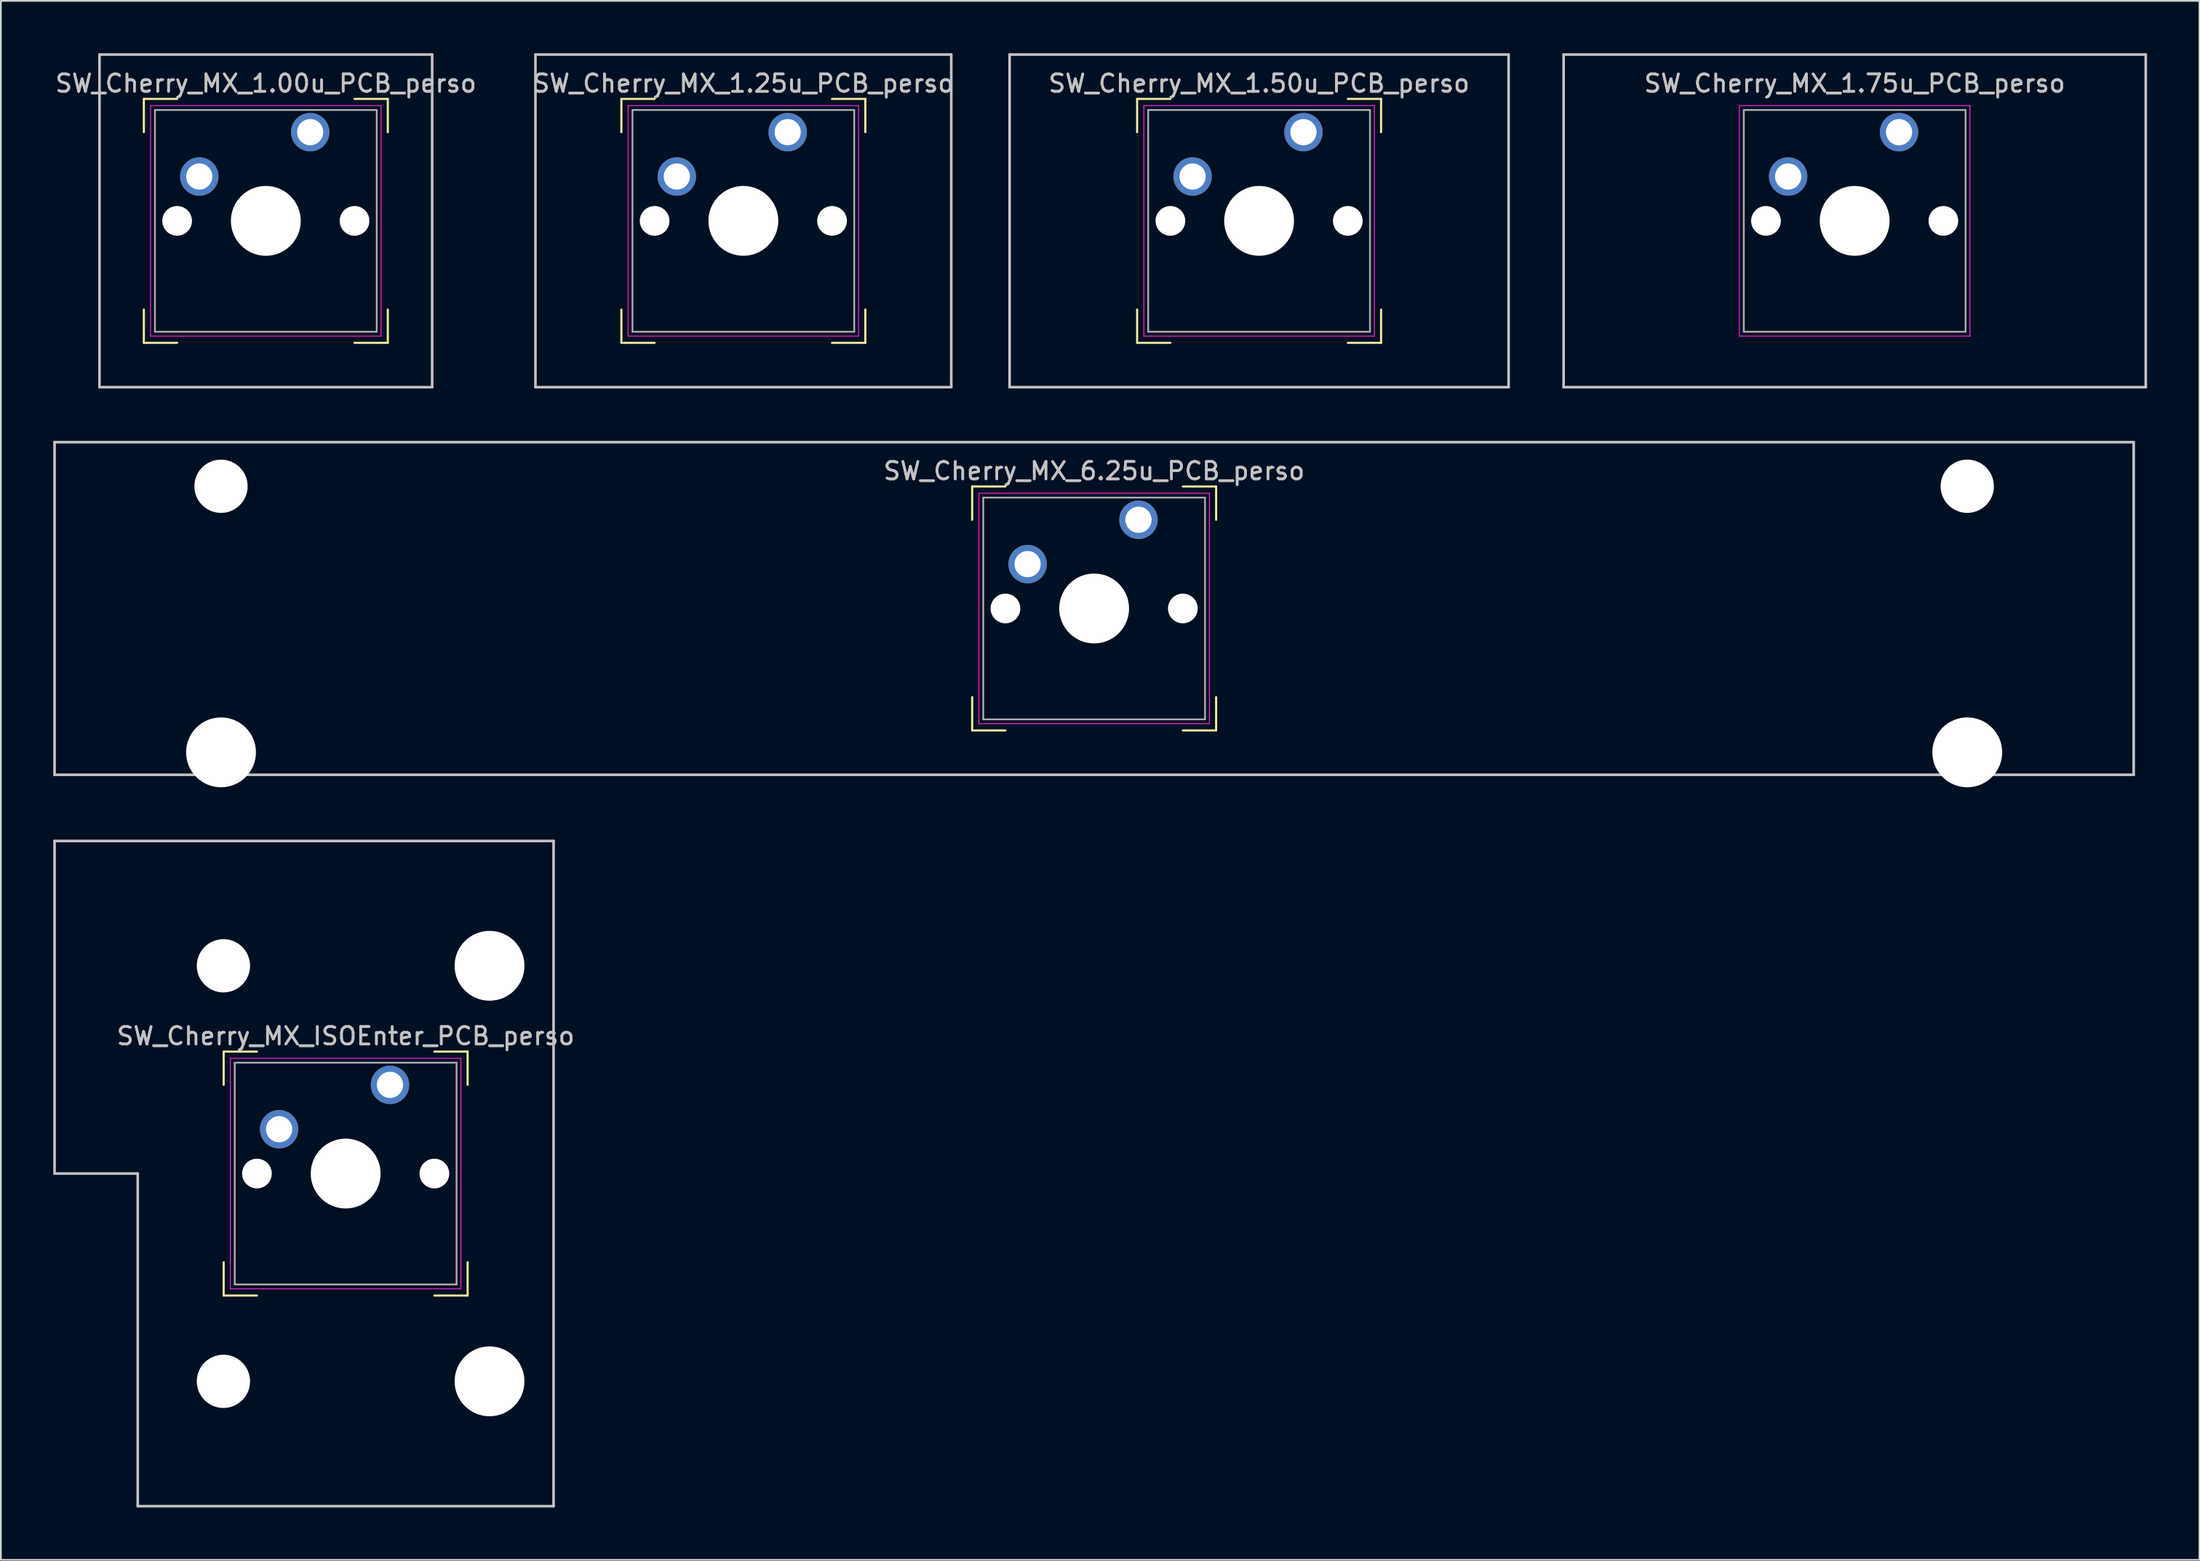
<source format=kicad_pcb>
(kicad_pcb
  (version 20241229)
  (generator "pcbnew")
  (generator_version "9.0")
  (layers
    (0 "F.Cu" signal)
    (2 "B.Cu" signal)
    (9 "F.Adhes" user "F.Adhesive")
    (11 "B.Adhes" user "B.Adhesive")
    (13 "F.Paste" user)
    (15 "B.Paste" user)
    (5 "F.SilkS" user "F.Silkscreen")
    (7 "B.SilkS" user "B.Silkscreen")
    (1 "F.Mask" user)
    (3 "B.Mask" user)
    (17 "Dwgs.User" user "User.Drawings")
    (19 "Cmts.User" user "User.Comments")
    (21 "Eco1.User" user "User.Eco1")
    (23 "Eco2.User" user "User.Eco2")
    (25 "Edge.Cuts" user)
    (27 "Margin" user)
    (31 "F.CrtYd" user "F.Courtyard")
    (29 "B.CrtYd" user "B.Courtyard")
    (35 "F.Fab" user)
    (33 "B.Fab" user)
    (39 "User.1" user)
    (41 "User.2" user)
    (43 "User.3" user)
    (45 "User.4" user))
  (footprint "SW_Cherry_MX_1.50u_PCB_perso"
    (layer "F.Cu")
    (at 71.593 4.52)
    (property "Reference" "SW_Cherry_MX_1.50u_PCB_perso" (at -2.54 -2.794 0) (layer "Dwgs.User") (effects (font (size 1 1) (thickness 0.15))))
    (attr through_hole)
    (fp_line (start -9.525 -1.905) (end -9.525 0) (stroke (width 0.12) (type solid)) (layer "F.SilkS"))
    (fp_line (start -9.525 12.065) (end -9.525 10.16) (stroke (width 0.12) (type solid)) (layer "F.SilkS"))
    (fp_line (start -7.62 -1.905) (end -9.525 -1.905) (stroke (width 0.12) (type solid)) (layer "F.SilkS"))
    (fp_line (start -7.62 12.065) (end -9.525 12.065) (stroke (width 0.12) (type solid)) (layer "F.SilkS"))
    (fp_line (start 2.54 -1.905) (end 4.445 -1.905) (stroke (width 0.12) (type solid)) (layer "F.SilkS"))
    (fp_line (start 2.54 12.065) (end 4.445 12.065) (stroke (width 0.12) (type solid)) (layer "F.SilkS"))
    (fp_line (start 4.445 -1.905) (end 4.445 0) (stroke (width 0.12) (type solid)) (layer "F.SilkS"))
    (fp_line (start 4.445 12.065) (end 4.445 10.16) (stroke (width 0.12) (type solid)) (layer "F.SilkS"))
    (fp_line (start -16.828 -4.445) (end 11.748 -4.445) (stroke (width 0.15) (type solid)) (layer "Dwgs.User"))
    (fp_line (start -16.828 14.605) (end -16.828 -4.445) (stroke (width 0.15) (type solid)) (layer "Dwgs.User"))
    (fp_line (start 11.748 -4.445) (end 11.748 14.605) (stroke (width 0.15) (type solid)) (layer "Dwgs.User"))
    (fp_line (start 11.748 14.605) (end -16.828 14.605) (stroke (width 0.15) (type solid)) (layer "Dwgs.User"))
    (fp_line (start -9.14 -1.52) (end 4.06 -1.52) (stroke (width 0.05) (type solid)) (layer "F.CrtYd"))
    (fp_line (start -9.14 11.68) (end -9.14 -1.52) (stroke (width 0.05) (type solid)) (layer "F.CrtYd"))
    (fp_line (start 4.06 -1.52) (end 4.06 11.68) (stroke (width 0.05) (type solid)) (layer "F.CrtYd"))
    (fp_line (start 4.06 11.68) (end -9.14 11.68) (stroke (width 0.05) (type solid)) (layer "F.CrtYd"))
    (fp_line (start -8.89 -1.27) (end 3.81 -1.27) (stroke (width 0.1) (type solid)) (layer "F.Fab"))
    (fp_line (start -8.89 11.43) (end -8.89 -1.27) (stroke (width 0.1) (type solid)) (layer "F.Fab"))
    (fp_line (start 3.81 -1.27) (end 3.81 11.43) (stroke (width 0.1) (type solid)) (layer "F.Fab"))
    (fp_line (start 3.81 11.43) (end -8.89 11.43) (stroke (width 0.1) (type solid)) (layer "F.Fab"))
    (fp_text user "${REFERENCE}" (at -2.54 -2.794 0) (layer "F.Fab") (effects (font (size 1 1) (thickness 0.15))))
    (pad "" np_thru_hole circle (at -7.62 5.08) (size 1.7 1.7) (drill 1.7) (layers "*.Cu" "*.Mask"))
    (pad "" np_thru_hole circle (at -2.54 5.08) (size 4 4) (drill 4) (layers "*.Cu" "*.Mask"))
    (pad "" np_thru_hole circle (at 2.54 5.08) (size 1.7 1.7) (drill 1.7) (layers "*.Cu" "*.Mask"))
    (pad "1" thru_hole circle (at 0 0) (size 2.2 2.2) (drill 1.5) (layers "*.Cu" "*.Mask"))
    (pad "2" thru_hole circle (at -6.35 2.54) (size 2.2 2.2) (drill 1.5) (layers "*.Cu" "*.Mask")))
  (footprint "SW_Cherry_MX_1.00u_PCB_perso"
    (layer "F.Cu")
    (at 14.713 4.52)
    (property "Reference" "SW_Cherry_MX_1.00u_PCB_perso" (at -2.54 -2.794 0) (layer "Dwgs.User") (effects (font (size 1 1) (thickness 0.15))))
    (attr through_hole)
    (fp_line (start -9.525 -1.905) (end -9.525 0) (stroke (width 0.12) (type solid)) (layer "F.SilkS"))
    (fp_line (start -9.525 12.065) (end -9.525 10.16) (stroke (width 0.12) (type solid)) (layer "F.SilkS"))
    (fp_line (start -7.62 -1.905) (end -9.525 -1.905) (stroke (width 0.12) (type solid)) (layer "F.SilkS"))
    (fp_line (start -7.62 12.065) (end -9.525 12.065) (stroke (width 0.12) (type solid)) (layer "F.SilkS"))
    (fp_line (start 2.54 -1.905) (end 4.445 -1.905) (stroke (width 0.12) (type solid)) (layer "F.SilkS"))
    (fp_line (start 2.54 12.065) (end 4.445 12.065) (stroke (width 0.12) (type solid)) (layer "F.SilkS"))
    (fp_line (start 4.445 -1.905) (end 4.445 0) (stroke (width 0.12) (type solid)) (layer "F.SilkS"))
    (fp_line (start 4.445 12.065) (end 4.445 10.16) (stroke (width 0.12) (type solid)) (layer "F.SilkS"))
    (fp_line (start -12.065 -4.445) (end 6.985 -4.445) (stroke (width 0.15) (type solid)) (layer "Dwgs.User"))
    (fp_line (start -12.065 14.605) (end -12.065 -4.445) (stroke (width 0.15) (type solid)) (layer "Dwgs.User"))
    (fp_line (start 6.985 -4.445) (end 6.985 14.605) (stroke (width 0.15) (type solid)) (layer "Dwgs.User"))
    (fp_line (start 6.985 14.605) (end -12.065 14.605) (stroke (width 0.15) (type solid)) (layer "Dwgs.User"))
    (fp_line (start -9.14 -1.52) (end 4.06 -1.52) (stroke (width 0.05) (type solid)) (layer "F.CrtYd"))
    (fp_line (start -9.14 11.68) (end -9.14 -1.52) (stroke (width 0.05) (type solid)) (layer "F.CrtYd"))
    (fp_line (start 4.06 -1.52) (end 4.06 11.68) (stroke (width 0.05) (type solid)) (layer "F.CrtYd"))
    (fp_line (start 4.06 11.68) (end -9.14 11.68) (stroke (width 0.05) (type solid)) (layer "F.CrtYd"))
    (fp_line (start -8.89 -1.27) (end 3.81 -1.27) (stroke (width 0.1) (type solid)) (layer "F.Fab"))
    (fp_line (start -8.89 11.43) (end -8.89 -1.27) (stroke (width 0.1) (type solid)) (layer "F.Fab"))
    (fp_line (start 3.81 -1.27) (end 3.81 11.43) (stroke (width 0.1) (type solid)) (layer "F.Fab"))
    (fp_line (start 3.81 11.43) (end -8.89 11.43) (stroke (width 0.1) (type solid)) (layer "F.Fab"))
    (fp_text user "${REFERENCE}" (at -2.54 -2.794 0) (layer "F.Fab") (effects (font (size 1 1) (thickness 0.15))))
    (pad "" np_thru_hole circle (at -7.62 5.08) (size 1.7 1.7) (drill 1.7) (layers "*.Cu" "*.Mask"))
    (pad "" np_thru_hole circle (at -2.54 5.08) (size 4 4) (drill 4) (layers "*.Cu" "*.Mask"))
    (pad "" np_thru_hole circle (at 2.54 5.08) (size 1.7 1.7) (drill 1.7) (layers "*.Cu" "*.Mask"))
    (pad "1" thru_hole circle (at 0 0) (size 2.2 2.2) (drill 1.5) (layers "*.Cu" "*.Mask"))
    (pad "2" thru_hole circle (at -6.35 2.54) (size 2.2 2.2) (drill 1.5) (layers "*.Cu" "*.Mask")))
  (footprint "SW_Cherry_MX_1.75u_PCB_perso"
    (layer "F.Cu")
    (at 105.699 4.52)
    (property "Reference" "SW_Cherry_MX_1.75u_PCB_perso" (at -2.54 -2.794 0) (layer "Dwgs.User") (effects (font (size 1 1) (thickness 0.15))))
    (attr through_hole)
    (fp_line (start -19.209 -4.445) (end 14.129 -4.445) (stroke (width 0.15) (type solid)) (layer "Dwgs.User"))
    (fp_line (start -19.209 14.605) (end -19.209 -4.445) (stroke (width 0.15) (type solid)) (layer "Dwgs.User"))
    (fp_line (start 14.129 -4.445) (end 14.129 14.605) (stroke (width 0.15) (type solid)) (layer "Dwgs.User"))
    (fp_line (start 14.129 14.605) (end -19.209 14.605) (stroke (width 0.15) (type solid)) (layer "Dwgs.User"))
    (fp_line (start -9.14 -1.52) (end 4.06 -1.52) (stroke (width 0.05) (type solid)) (layer "F.CrtYd"))
    (fp_line (start -9.14 11.68) (end -9.14 -1.52) (stroke (width 0.05) (type solid)) (layer "F.CrtYd"))
    (fp_line (start 4.06 -1.52) (end 4.06 11.68) (stroke (width 0.05) (type solid)) (layer "F.CrtYd"))
    (fp_line (start 4.06 11.68) (end -9.14 11.68) (stroke (width 0.05) (type solid)) (layer "F.CrtYd"))
    (fp_line (start -8.89 -1.27) (end 3.81 -1.27) (stroke (width 0.1) (type solid)) (layer "F.Fab"))
    (fp_line (start -8.89 11.43) (end -8.89 -1.27) (stroke (width 0.1) (type solid)) (layer "F.Fab"))
    (fp_line (start 3.81 -1.27) (end 3.81 11.43) (stroke (width 0.1) (type solid)) (layer "F.Fab"))
    (fp_line (start 3.81 11.43) (end -8.89 11.43) (stroke (width 0.1) (type solid)) (layer "F.Fab"))
    (fp_text user "${REFERENCE}" (at -2.54 -2.794 0) (layer "F.Fab") (effects (font (size 1 1) (thickness 0.15))))
    (pad "" np_thru_hole circle (at -7.62 5.08) (size 1.7 1.7) (drill 1.7) (layers "*.Cu" "*.Mask"))
    (pad "" np_thru_hole circle (at -2.54 5.08) (size 4 4) (drill 4) (layers "*.Cu" "*.Mask"))
    (pad "" np_thru_hole circle (at 2.54 5.08) (size 1.7 1.7) (drill 1.7) (layers "*.Cu" "*.Mask"))
    (pad "1" thru_hole circle (at 0 0) (size 2.2 2.2) (drill 1.5) (layers "*.Cu" "*.Mask"))
    (pad "2" thru_hole circle (at -6.35 2.54) (size 2.2 2.2) (drill 1.5) (layers "*.Cu" "*.Mask")))
  (footprint "SW_Cherry_MX_ISOEnter_PCB_perso"
    (layer "F.Cu")
    (at 19.284 59.085)
    (property "Reference" "SW_Cherry_MX_ISOEnter_PCB_perso" (at -2.54 -2.794 0) (layer "Dwgs.User") (effects (font (size 1 1) (thickness 0.15))))
    (attr through_hole)
    (fp_line (start -9.525 -1.905) (end -9.525 0) (stroke (width 0.12) (type solid)) (layer "F.SilkS"))
    (fp_line (start -9.525 12.065) (end -9.525 10.16) (stroke (width 0.12) (type solid)) (layer "F.SilkS"))
    (fp_line (start -7.62 -1.905) (end -9.525 -1.905) (stroke (width 0.12) (type solid)) (layer "F.SilkS"))
    (fp_line (start -7.62 12.065) (end -9.525 12.065) (stroke (width 0.12) (type solid)) (layer "F.SilkS"))
    (fp_line (start 2.54 -1.905) (end 4.445 -1.905) (stroke (width 0.12) (type solid)) (layer "F.SilkS"))
    (fp_line (start 2.54 12.065) (end 4.445 12.065) (stroke (width 0.12) (type solid)) (layer "F.SilkS"))
    (fp_line (start 4.445 -1.905) (end 4.445 0) (stroke (width 0.12) (type solid)) (layer "F.SilkS"))
    (fp_line (start 4.445 12.065) (end 4.445 10.16) (stroke (width 0.12) (type solid)) (layer "F.SilkS"))
    (fp_line (start -19.209 -13.97) (end 9.366 -13.97) (stroke (width 0.15) (type solid)) (layer "Dwgs.User"))
    (fp_line (start -19.209 5.08) (end -19.209 -13.97) (stroke (width 0.15) (type solid)) (layer "Dwgs.User"))
    (fp_line (start -14.446 5.08) (end -19.209 5.08) (stroke (width 0.15) (type solid)) (layer "Dwgs.User"))
    (fp_line (start -14.446 24.13) (end -14.446 5.08) (stroke (width 0.15) (type solid)) (layer "Dwgs.User"))
    (fp_line (start 9.366 -13.97) (end 9.366 24.13) (stroke (width 0.15) (type solid)) (layer "Dwgs.User"))
    (fp_line (start 9.366 24.13) (end -14.446 24.13) (stroke (width 0.15) (type solid)) (layer "Dwgs.User"))
    (fp_line (start -9.14 -1.52) (end 4.06 -1.52) (stroke (width 0.05) (type solid)) (layer "F.CrtYd"))
    (fp_line (start -9.14 11.68) (end -9.14 -1.52) (stroke (width 0.05) (type solid)) (layer "F.CrtYd"))
    (fp_line (start 4.06 -1.52) (end 4.06 11.68) (stroke (width 0.05) (type solid)) (layer "F.CrtYd"))
    (fp_line (start 4.06 11.68) (end -9.14 11.68) (stroke (width 0.05) (type solid)) (layer "F.CrtYd"))
    (fp_line (start -8.89 -1.27) (end 3.81 -1.27) (stroke (width 0.1) (type solid)) (layer "F.Fab"))
    (fp_line (start -8.89 11.43) (end -8.89 -1.27) (stroke (width 0.1) (type solid)) (layer "F.Fab"))
    (fp_line (start 3.81 -1.27) (end 3.81 11.43) (stroke (width 0.1) (type solid)) (layer "F.Fab"))
    (fp_line (start 3.81 11.43) (end -8.89 11.43) (stroke (width 0.1) (type solid)) (layer "F.Fab"))
    (fp_text user "${REFERENCE}" (at -2.54 -2.794 0) (layer "F.Fab") (effects (font (size 1 1) (thickness 0.15))))
    (pad "" np_thru_hole circle (at -9.54 -6.82) (size 3.05 3.05) (drill 3.05) (layers "*.Cu" "*.Mask"))
    (pad "" np_thru_hole circle (at -9.54 16.98) (size 3.05 3.05) (drill 3.05) (layers "*.Cu" "*.Mask"))
    (pad "" np_thru_hole circle (at -7.62 5.08) (size 1.7 1.7) (drill 1.7) (layers "*.Cu" "*.Mask"))
    (pad "" np_thru_hole circle (at -2.54 5.08) (size 4 4) (drill 4) (layers "*.Cu" "*.Mask"))
    (pad "" np_thru_hole circle (at 2.54 5.08) (size 1.7 1.7) (drill 1.7) (layers "*.Cu" "*.Mask"))
    (pad "" np_thru_hole circle (at 5.7 -6.82) (size 4 4) (drill 4) (layers "*.Cu" "*.Mask"))
    (pad "" np_thru_hole circle (at 5.7 16.98) (size 4 4) (drill 4) (layers "*.Cu" "*.Mask"))
    (pad "1" thru_hole circle (at 0 0) (size 2.2 2.2) (drill 1.5) (layers "*.Cu" "*.Mask"))
    (pad "2" thru_hole circle (at -6.35 2.54) (size 2.2 2.2) (drill 1.5) (layers "*.Cu" "*.Mask")))
  (footprint "SW_Cherry_MX_6.25u_PCB_perso"
    (layer "F.Cu")
    (at 62.146 26.72)
    (property "Reference" "SW_Cherry_MX_6.25u_PCB_perso" (at -2.54 -2.794 0) (layer "Dwgs.User") (effects (font (size 1 1) (thickness 0.15))))
    (attr through_hole)
    (fp_line (start -9.525 -1.905) (end -9.525 0) (stroke (width 0.12) (type solid)) (layer "F.SilkS"))
    (fp_line (start -9.525 12.065) (end -9.525 10.16) (stroke (width 0.12) (type solid)) (layer "F.SilkS"))
    (fp_line (start -7.62 -1.905) (end -9.525 -1.905) (stroke (width 0.12) (type solid)) (layer "F.SilkS"))
    (fp_line (start -7.62 12.065) (end -9.525 12.065) (stroke (width 0.12) (type solid)) (layer "F.SilkS"))
    (fp_line (start 2.54 -1.905) (end 4.445 -1.905) (stroke (width 0.12) (type solid)) (layer "F.SilkS"))
    (fp_line (start 2.54 12.065) (end 4.445 12.065) (stroke (width 0.12) (type solid)) (layer "F.SilkS"))
    (fp_line (start 4.445 -1.905) (end 4.445 0) (stroke (width 0.12) (type solid)) (layer "F.SilkS"))
    (fp_line (start 4.445 12.065) (end 4.445 10.16) (stroke (width 0.12) (type solid)) (layer "F.SilkS"))
    (fp_line (start -62.071 -4.445) (end 56.991 -4.445) (stroke (width 0.15) (type solid)) (layer "Dwgs.User"))
    (fp_line (start -62.071 14.605) (end -62.071 -4.445) (stroke (width 0.15) (type solid)) (layer "Dwgs.User"))
    (fp_line (start 56.991 -4.445) (end 56.991 14.605) (stroke (width 0.15) (type solid)) (layer "Dwgs.User"))
    (fp_line (start 56.991 14.605) (end -62.071 14.605) (stroke (width 0.15) (type solid)) (layer "Dwgs.User"))
    (fp_line (start -9.14 -1.52) (end 4.06 -1.52) (stroke (width 0.05) (type solid)) (layer "F.CrtYd"))
    (fp_line (start -9.14 11.68) (end -9.14 -1.52) (stroke (width 0.05) (type solid)) (layer "F.CrtYd"))
    (fp_line (start 4.06 -1.52) (end 4.06 11.68) (stroke (width 0.05) (type solid)) (layer "F.CrtYd"))
    (fp_line (start 4.06 11.68) (end -9.14 11.68) (stroke (width 0.05) (type solid)) (layer "F.CrtYd"))
    (fp_line (start -8.89 -1.27) (end 3.81 -1.27) (stroke (width 0.1) (type solid)) (layer "F.Fab"))
    (fp_line (start -8.89 11.43) (end -8.89 -1.27) (stroke (width 0.1) (type solid)) (layer "F.Fab"))
    (fp_line (start 3.81 -1.27) (end 3.81 11.43) (stroke (width 0.1) (type solid)) (layer "F.Fab"))
    (fp_line (start 3.81 11.43) (end -8.89 11.43) (stroke (width 0.1) (type solid)) (layer "F.Fab"))
    (fp_text user "${REFERENCE}" (at -2.54 -2.794 0) (layer "F.Fab") (effects (font (size 1 1) (thickness 0.15))))
    (pad "" np_thru_hole circle (at -52.54 -1.92) (size 3.05 3.05) (drill 3.05) (layers "*.Cu" "*.Mask"))
    (pad "" np_thru_hole circle (at -52.54 13.32) (size 4 4) (drill 4) (layers "*.Cu" "*.Mask"))
    (pad "" np_thru_hole circle (at -7.62 5.08) (size 1.7 1.7) (drill 1.7) (layers "*.Cu" "*.Mask"))
    (pad "" np_thru_hole circle (at -2.54 5.08) (size 4 4) (drill 4) (layers "*.Cu" "*.Mask"))
    (pad "" np_thru_hole circle (at 2.54 5.08) (size 1.7 1.7) (drill 1.7) (layers "*.Cu" "*.Mask"))
    (pad "" np_thru_hole circle (at 47.46 -1.92) (size 3.05 3.05) (drill 3.05) (layers "*.Cu" "*.Mask"))
    (pad "" np_thru_hole circle (at 47.46 13.32) (size 4 4) (drill 4) (layers "*.Cu" "*.Mask"))
    (pad "1" thru_hole circle (at 0 0) (size 2.2 2.2) (drill 1.5) (layers "*.Cu" "*.Mask"))
    (pad "2" thru_hole circle (at -6.35 2.54) (size 2.2 2.2) (drill 1.5) (layers "*.Cu" "*.Mask")))
  (footprint "SW_Cherry_MX_1.25u_PCB_perso"
    (layer "F.Cu")
    (at 42.058 4.52)
    (property "Reference" "SW_Cherry_MX_1.25u_PCB_perso" (at -2.54 -2.794 0) (layer "Dwgs.User") (effects (font (size 1 1) (thickness 0.15))))
    (attr through_hole)
    (fp_line (start -9.525 -1.905) (end -9.525 0) (stroke (width 0.12) (type solid)) (layer "F.SilkS"))
    (fp_line (start -9.525 12.065) (end -9.525 10.16) (stroke (width 0.12) (type solid)) (layer "F.SilkS"))
    (fp_line (start -7.62 -1.905) (end -9.525 -1.905) (stroke (width 0.12) (type solid)) (layer "F.SilkS"))
    (fp_line (start -7.62 12.065) (end -9.525 12.065) (stroke (width 0.12) (type solid)) (layer "F.SilkS"))
    (fp_line (start 2.54 -1.905) (end 4.445 -1.905) (stroke (width 0.12) (type solid)) (layer "F.SilkS"))
    (fp_line (start 2.54 12.065) (end 4.445 12.065) (stroke (width 0.12) (type solid)) (layer "F.SilkS"))
    (fp_line (start 4.445 -1.905) (end 4.445 0) (stroke (width 0.12) (type solid)) (layer "F.SilkS"))
    (fp_line (start 4.445 12.065) (end 4.445 10.16) (stroke (width 0.12) (type solid)) (layer "F.SilkS"))
    (fp_line (start -14.446 -4.445) (end 9.366 -4.445) (stroke (width 0.15) (type solid)) (layer "Dwgs.User"))
    (fp_line (start -14.446 14.605) (end -14.446 -4.445) (stroke (width 0.15) (type solid)) (layer "Dwgs.User"))
    (fp_line (start 9.366 -4.445) (end 9.366 14.605) (stroke (width 0.15) (type solid)) (layer "Dwgs.User"))
    (fp_line (start 9.366 14.605) (end -14.446 14.605) (stroke (width 0.15) (type solid)) (layer "Dwgs.User"))
    (fp_line (start -9.14 -1.52) (end 4.06 -1.52) (stroke (width 0.05) (type solid)) (layer "F.CrtYd"))
    (fp_line (start -9.14 11.68) (end -9.14 -1.52) (stroke (width 0.05) (type solid)) (layer "F.CrtYd"))
    (fp_line (start 4.06 -1.52) (end 4.06 11.68) (stroke (width 0.05) (type solid)) (layer "F.CrtYd"))
    (fp_line (start 4.06 11.68) (end -9.14 11.68) (stroke (width 0.05) (type solid)) (layer "F.CrtYd"))
    (fp_line (start -8.89 -1.27) (end 3.81 -1.27) (stroke (width 0.1) (type solid)) (layer "F.Fab"))
    (fp_line (start -8.89 11.43) (end -8.89 -1.27) (stroke (width 0.1) (type solid)) (layer "F.Fab"))
    (fp_line (start 3.81 -1.27) (end 3.81 11.43) (stroke (width 0.1) (type solid)) (layer "F.Fab"))
    (fp_line (start 3.81 11.43) (end -8.89 11.43) (stroke (width 0.1) (type solid)) (layer "F.Fab"))
    (fp_text user "${REFERENCE}" (at -2.54 -2.794 0) (layer "F.Fab") (effects (font (size 1 1) (thickness 0.15))))
    (pad "" np_thru_hole circle (at -7.62 5.08) (size 1.7 1.7) (drill 1.7) (layers "*.Cu" "*.Mask"))
    (pad "" np_thru_hole circle (at -2.54 5.08) (size 4 4) (drill 4) (layers "*.Cu" "*.Mask"))
    (pad "" np_thru_hole circle (at 2.54 5.08) (size 1.7 1.7) (drill 1.7) (layers "*.Cu" "*.Mask"))
    (pad "1" thru_hole circle (at 0 0) (size 2.2 2.2) (drill 1.5) (layers "*.Cu" "*.Mask"))
    (pad "2" thru_hole circle (at -6.35 2.54) (size 2.2 2.2) (drill 1.5) (layers "*.Cu" "*.Mask")))
  (gr_rect
    (start -3 -3)
    (end 122.903 86.29)
    (stroke (width 0.1) (type default))
    (fill no)
    (layer "Edge.Cuts")))
</source>
